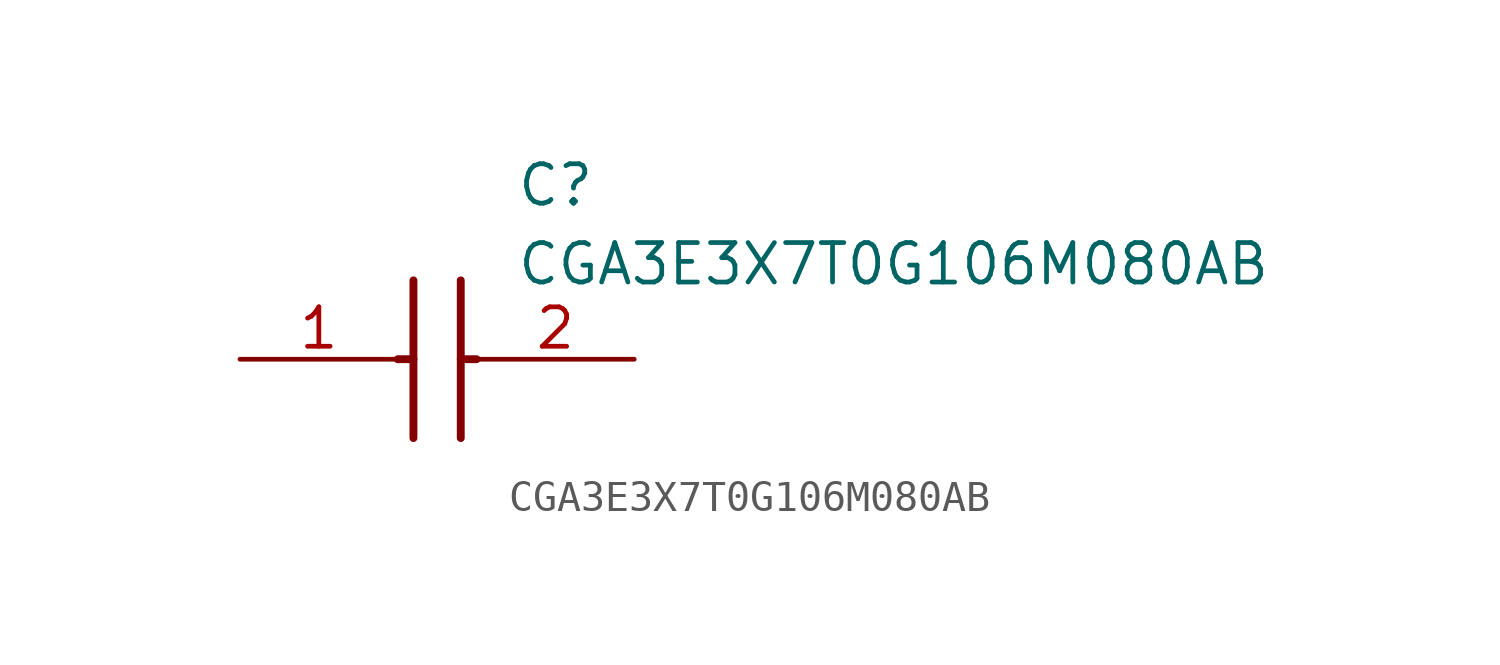
<source format=kicad_sym>
(kicad_symbol_lib
  (version 20211014)
  (generator SamacSys_ECAD_Model)
  (symbol "CGA3E3X7T0G106M080AB"
    (pin_names hide)
    (property "Reference" "C"
      (at 8.89 6.35 0)
      (effects (font (size 1.27 1.27)) (justify left top)))
    (property "Value" "CGA3E3X7T0G106M080AB"
      (at 8.89 3.81 0)
      (effects (font (size 1.27 1.27)) (justify left top)))
    (polyline
      (pts (xy 5.588 2.54) (xy 5.588 -2.54))
      (stroke (width 0.254) (type default))
      (fill (type none)))
    (polyline
      (pts (xy 7.112 2.54) (xy 7.112 -2.54))
      (stroke (width 0.254) (type default))
      (fill (type none)))
    (polyline
      (pts (xy 5.08 0) (xy 5.588 0))
      (stroke (width 0.254) (type default))
      (fill (type none)))
    (polyline
      (pts (xy 7.112 0) (xy 7.62 0))
      (stroke (width 0.254) (type default))
      (fill (type none)))
    (pin passive line
      (at 0 0 0)
      (length 5.08)
      (name "1" (effects (font (size 1.27 1.27))))
      (number "1" (effects (font (size 1.27 1.27)))))
    (pin passive line
      (at 12.7 0 180)
      (length 5.08)
      (name "2" (effects (font (size 1.27 1.27))))
      (number "2" (effects (font (size 1.27 1.27)))))))
</source>
